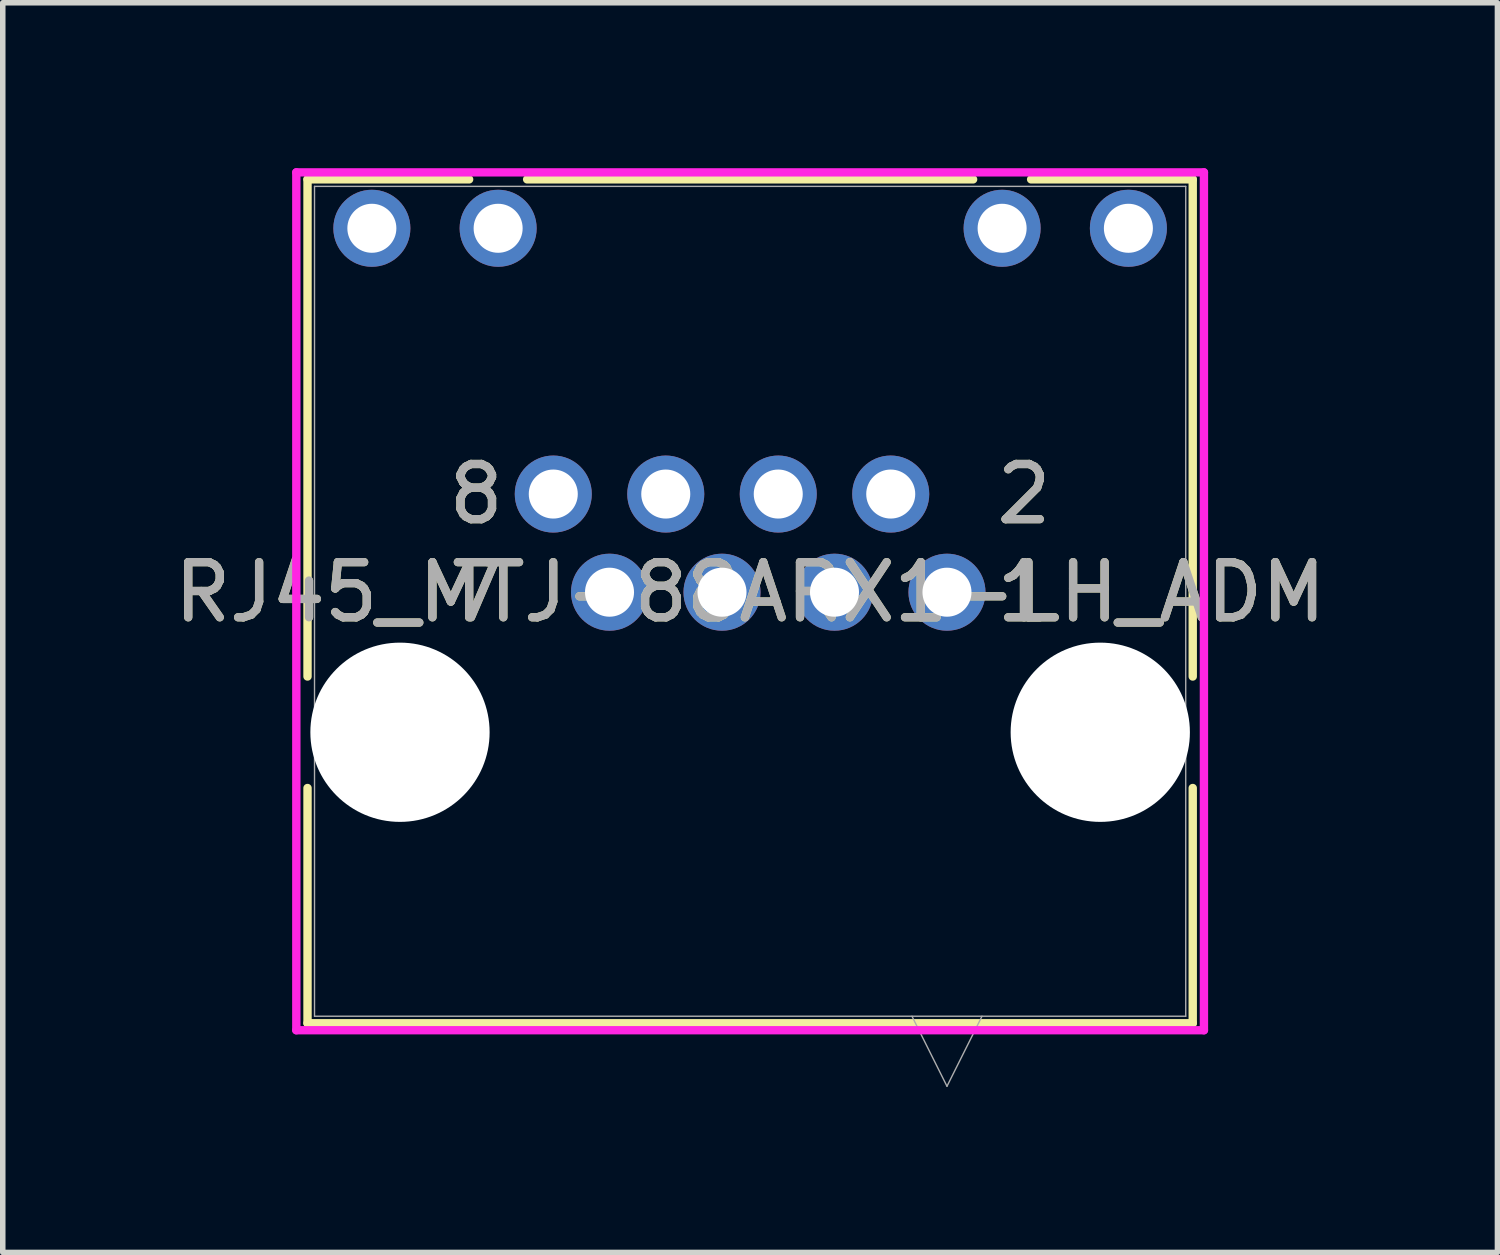
<source format=kicad_pcb>
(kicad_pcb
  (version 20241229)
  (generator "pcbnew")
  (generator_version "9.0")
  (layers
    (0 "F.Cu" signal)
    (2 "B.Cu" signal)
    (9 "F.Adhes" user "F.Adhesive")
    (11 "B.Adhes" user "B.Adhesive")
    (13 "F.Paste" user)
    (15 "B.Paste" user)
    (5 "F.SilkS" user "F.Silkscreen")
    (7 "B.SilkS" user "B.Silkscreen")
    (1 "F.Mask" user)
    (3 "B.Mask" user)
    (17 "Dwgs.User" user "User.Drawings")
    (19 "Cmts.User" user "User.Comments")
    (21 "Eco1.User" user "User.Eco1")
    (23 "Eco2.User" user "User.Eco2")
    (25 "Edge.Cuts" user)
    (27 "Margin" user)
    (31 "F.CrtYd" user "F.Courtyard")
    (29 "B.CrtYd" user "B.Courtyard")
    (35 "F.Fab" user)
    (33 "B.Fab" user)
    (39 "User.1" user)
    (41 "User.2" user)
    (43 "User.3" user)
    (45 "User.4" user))
  (footprint "RJ45_MTJ-88ARX1-LH_ADM"
    (layer "F.Cu")
    (at 6.984 7.69)
    (property "Reference" "RJ45_MTJ-88ARX1-LH_ADM" (at 3.57 0 0) (unlocked yes) (layer "F.SilkS") (effects (font (size 1 1) (thickness 0.15))))
    (attr through_hole)
    (fp_line (start -4.457 -7.487) (end -4.457 1.529) (stroke (width 0.152) (type solid)) (layer "F.SilkS"))
    (fp_line (start -4.457 3.551) (end -4.457 7.817) (stroke (width 0.152) (type solid)) (layer "F.SilkS"))
    (fp_line (start -4.457 7.817) (end 11.597 7.817) (stroke (width 0.152) (type solid)) (layer "F.SilkS"))
    (fp_line (start -1.526 -7.487) (end -4.457 -7.487) (stroke (width 0.152) (type solid)) (layer "F.SilkS"))
    (fp_line (start 7.614 -7.487) (end -0.474 -7.487) (stroke (width 0.152) (type solid)) (layer "F.SilkS"))
    (fp_line (start 11.597 -7.487) (end 8.666 -7.487) (stroke (width 0.152) (type solid)) (layer "F.SilkS"))
    (fp_line (start 11.597 1.529) (end 11.597 -7.487) (stroke (width 0.152) (type solid)) (layer "F.SilkS"))
    (fp_line (start 11.597 7.817) (end 11.597 3.551) (stroke (width 0.152) (type solid)) (layer "F.SilkS"))
    (fp_line (start -4.66 -7.614) (end -4.66 7.944) (stroke (width 0.152) (type solid)) (layer "F.CrtYd"))
    (fp_line (start -4.66 7.944) (end 11.8 7.944) (stroke (width 0.152) (type solid)) (layer "F.CrtYd"))
    (fp_line (start 11.8 -7.614) (end -4.66 -7.614) (stroke (width 0.152) (type solid)) (layer "F.CrtYd"))
    (fp_line (start 11.8 7.944) (end 11.8 -7.614) (stroke (width 0.152) (type solid)) (layer "F.CrtYd"))
    (fp_line (start -4.33 -7.36) (end -4.33 7.69) (stroke (width 0.025) (type solid)) (layer "F.Fab"))
    (fp_line (start -4.33 7.69) (end 11.47 7.69) (stroke (width 0.025) (type solid)) (layer "F.Fab"))
    (fp_line (start 6.505 7.69) (end 7.14 8.96) (stroke (width 0.025) (type solid)) (layer "F.Fab"))
    (fp_line (start 7.775 7.69) (end 7.14 8.96) (stroke (width 0.025) (type solid)) (layer "F.Fab"))
    (fp_line (start 11.47 -7.36) (end -4.33 -7.36) (stroke (width 0.025) (type solid)) (layer "F.Fab"))
    (fp_line (start 11.47 7.69) (end 11.47 -7.36) (stroke (width 0.025) (type solid)) (layer "F.Fab"))
    (fp_text user "8" (at -1.397 -1.78 0) (unlocked yes) (layer "F.SilkS") (effects (font (size 1 1) (thickness 0.15))))
    (fp_text user "7" (at -1.397 0 0) (unlocked yes) (layer "F.SilkS") (effects (font (size 1 1) (thickness 0.15))))
    (fp_text user "1" (at 8.537 0 0) (unlocked yes) (layer "F.SilkS") (effects (font (size 1 1) (thickness 0.15))))
    (fp_text user "2" (at 8.537 -1.78 0) (unlocked yes) (layer "F.SilkS") (effects (font (size 1 1) (thickness 0.15))))
    (fp_text user "${REFERENCE}" (at 3.57 0 0) (unlocked yes) (layer "F.Fab") (effects (font (size 1 1) (thickness 0.15))))
    (fp_text user "1" (at 8.537 0 0) (unlocked yes) (layer "F.Fab") (effects (font (size 1 1) (thickness 0.15))))
    (fp_text user "8" (at -1.397 -1.78 0) (unlocked yes) (layer "F.Fab") (effects (font (size 1 1) (thickness 0.15))))
    (fp_text user "7" (at -1.397 0 0) (unlocked yes) (layer "F.Fab") (effects (font (size 1 1) (thickness 0.15))))
    (fp_text user "2" (at 8.537 -1.78 0) (unlocked yes) (layer "F.Fab") (effects (font (size 1 1) (thickness 0.15))))
    (pad "" np_thru_hole circle (at -2.78 2.54) (size 3.251 3.251) (drill 3.251) (layers "*.Cu" "*.Mask"))
    (pad "" np_thru_hole circle (at 9.92 2.54) (size 3.251 3.251) (drill 3.251) (layers "*.Cu" "*.Mask"))
    (pad "1" thru_hole circle (at 7.14 0) (size 1.397 1.397) (drill 0.889) (layers "*.Cu" "*.Mask"))
    (pad "2" thru_hole circle (at 6.12 -1.78) (size 1.397 1.397) (drill 0.889) (layers "*.Cu" "*.Mask"))
    (pad "3" thru_hole circle (at 5.1 0) (size 1.397 1.397) (drill 0.889) (layers "*.Cu" "*.Mask"))
    (pad "4" thru_hole circle (at 4.08 -1.78) (size 1.397 1.397) (drill 0.889) (layers "*.Cu" "*.Mask"))
    (pad "5" thru_hole circle (at 3.06 0) (size 1.397 1.397) (drill 0.889) (layers "*.Cu" "*.Mask"))
    (pad "6" thru_hole circle (at 2.04 -1.78) (size 1.397 1.397) (drill 0.889) (layers "*.Cu" "*.Mask"))
    (pad "7" thru_hole circle (at 1.02 0) (size 1.397 1.397) (drill 0.889) (layers "*.Cu" "*.Mask"))
    (pad "8" thru_hole circle (at 0 -1.78) (size 1.397 1.397) (drill 0.889) (layers "*.Cu" "*.Mask"))
    (pad "9" thru_hole circle (at 10.43 -6.6) (size 1.397 1.397) (drill 0.889) (layers "*.Cu" "*.Mask"))
    (pad "10" thru_hole circle (at 8.14 -6.6) (size 1.397 1.397) (drill 0.889) (layers "*.Cu" "*.Mask"))
    (pad "11" thru_hole circle (at -1 -6.6) (size 1.397 1.397) (drill 0.889) (layers "*.Cu" "*.Mask"))
    (pad "12" thru_hole circle (at -3.29 -6.6) (size 1.397 1.397) (drill 0.889) (layers "*.Cu" "*.Mask")))
  (gr_rect
    (start -3 -3)
    (end 24.107 19.663)
    (stroke (width 0.1) (type default))
    (fill no)
    (layer "Edge.Cuts")))
</source>
